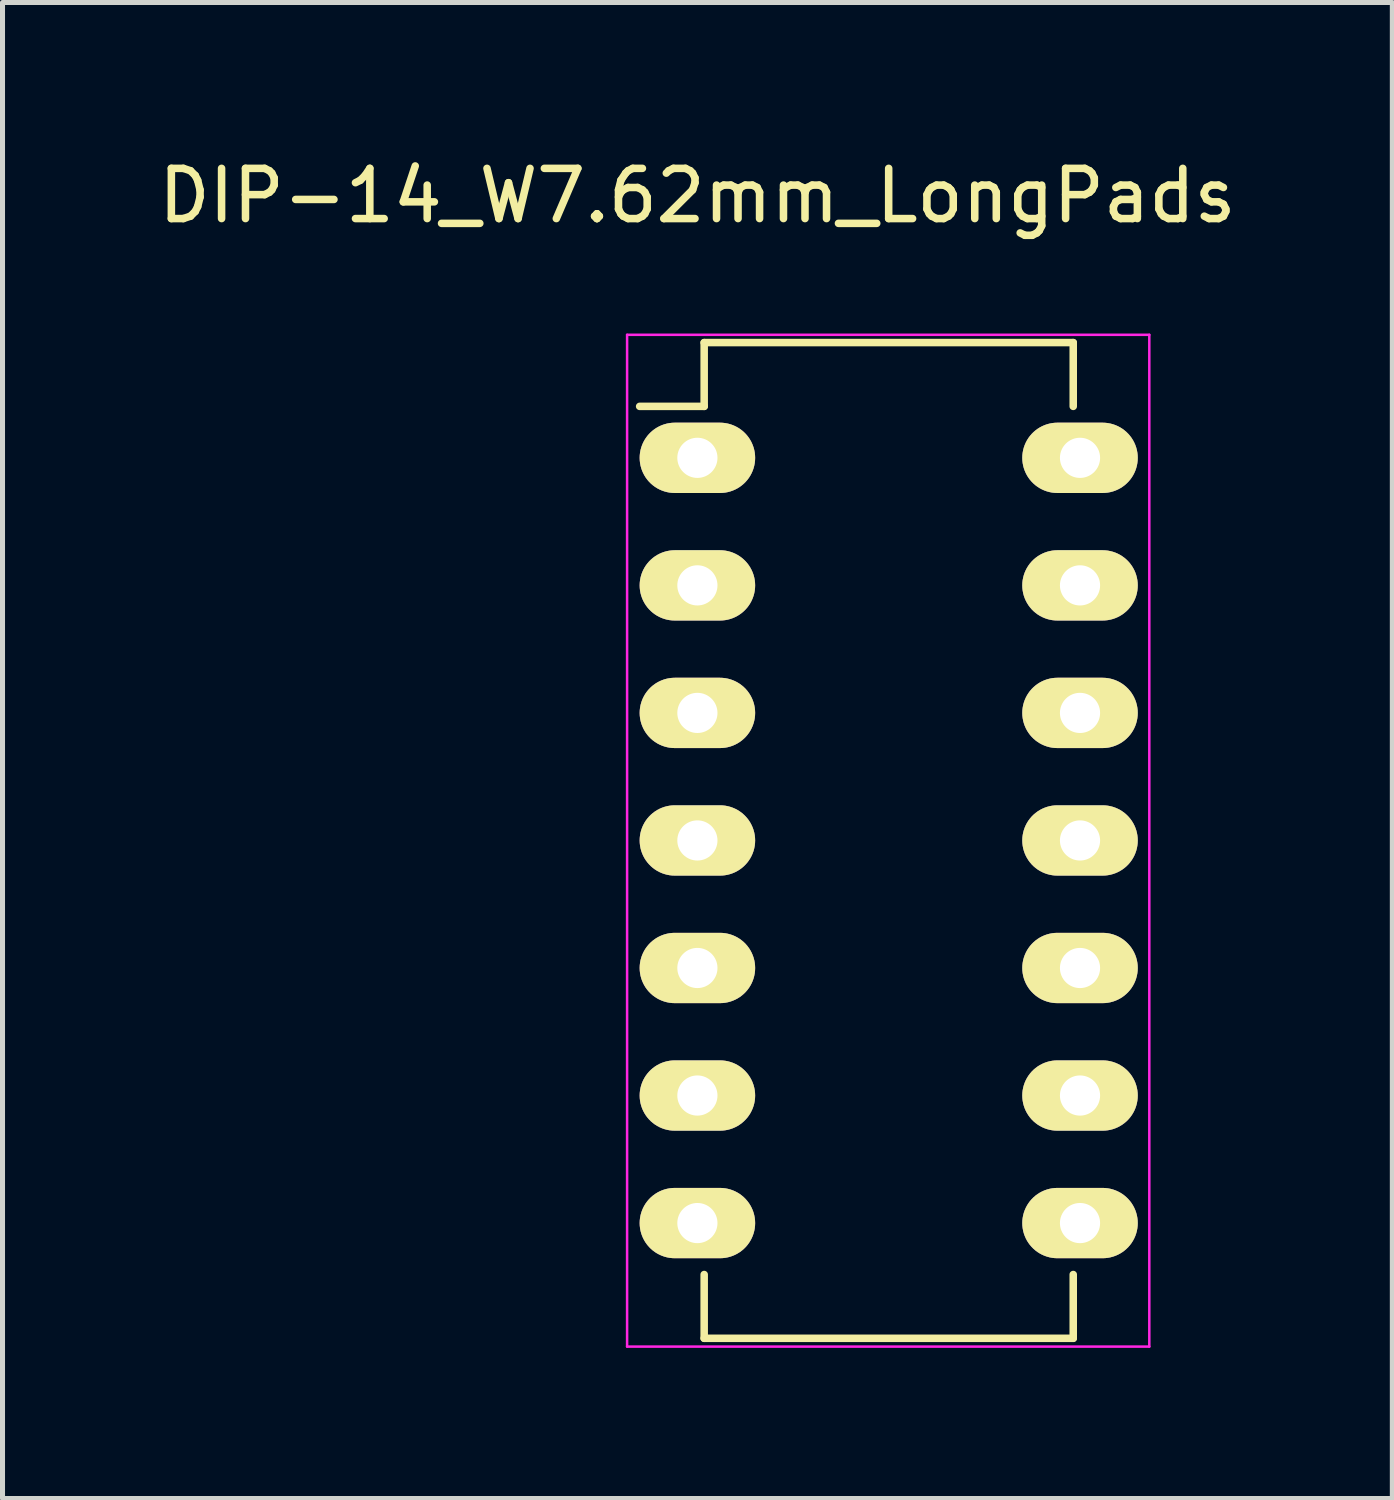
<source format=kicad_pcb>
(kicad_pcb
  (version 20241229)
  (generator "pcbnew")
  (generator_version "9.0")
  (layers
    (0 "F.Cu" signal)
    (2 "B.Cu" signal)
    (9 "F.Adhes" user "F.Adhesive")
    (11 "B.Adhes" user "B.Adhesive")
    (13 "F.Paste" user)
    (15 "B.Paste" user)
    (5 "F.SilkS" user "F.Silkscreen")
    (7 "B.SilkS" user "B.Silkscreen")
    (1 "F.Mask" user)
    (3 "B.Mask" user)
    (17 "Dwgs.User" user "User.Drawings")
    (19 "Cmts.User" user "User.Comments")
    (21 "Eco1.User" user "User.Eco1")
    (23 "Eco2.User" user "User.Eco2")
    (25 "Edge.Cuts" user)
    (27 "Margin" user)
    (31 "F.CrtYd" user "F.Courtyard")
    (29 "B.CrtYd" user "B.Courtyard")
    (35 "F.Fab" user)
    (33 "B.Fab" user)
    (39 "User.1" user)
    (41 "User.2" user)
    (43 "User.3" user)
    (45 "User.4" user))
  (footprint "DIP-14_W7.62mm_LongPads"
    (layer "F.Cu")
    (at 10.839 6.068)
    (property "Reference" "DIP-14_W7.62mm_LongPads" (at 0 -5.22 0) (layer "F.SilkS") (effects (font (size 1 1) (thickness 0.15))))
    (attr through_hole)
    (fp_line (start 0.135 -2.295) (end 0.135 -1.025) (stroke (width 0.15) (type solid)) (layer "F.SilkS"))
    (fp_line (start 0.135 -2.295) (end 7.485 -2.295) (stroke (width 0.15) (type solid)) (layer "F.SilkS"))
    (fp_line (start 0.135 -1.025) (end -1.15 -1.025) (stroke (width 0.15) (type solid)) (layer "F.SilkS"))
    (fp_line (start 0.135 17.535) (end 0.135 16.265) (stroke (width 0.15) (type solid)) (layer "F.SilkS"))
    (fp_line (start 0.135 17.535) (end 7.485 17.535) (stroke (width 0.15) (type solid)) (layer "F.SilkS"))
    (fp_line (start 7.485 -2.295) (end 7.485 -1.025) (stroke (width 0.15) (type solid)) (layer "F.SilkS"))
    (fp_line (start 7.485 17.535) (end 7.485 16.265) (stroke (width 0.15) (type solid)) (layer "F.SilkS"))
    (fp_line (start -1.4 -2.45) (end -1.4 17.7) (stroke (width 0.05) (type solid)) (layer "F.CrtYd"))
    (fp_line (start -1.4 -2.45) (end 9 -2.45) (stroke (width 0.05) (type solid)) (layer "F.CrtYd"))
    (fp_line (start -1.4 17.7) (end 9 17.7) (stroke (width 0.05) (type solid)) (layer "F.CrtYd"))
    (fp_line (start 9 -2.45) (end 9 17.7) (stroke (width 0.05) (type solid)) (layer "F.CrtYd"))
    (pad "1" thru_hole oval (at 0 0) (size 2.3 1.4) (drill 0.8) (layers "*.Cu" "*.Mask" "F.SilkS"))
    (pad "2" thru_hole oval (at 0 2.54) (size 2.3 1.4) (drill 0.8) (layers "*.Cu" "*.Mask" "F.SilkS"))
    (pad "3" thru_hole oval (at 0 5.08) (size 2.3 1.4) (drill 0.8) (layers "*.Cu" "*.Mask" "F.SilkS"))
    (pad "4" thru_hole oval (at 0 7.62) (size 2.3 1.4) (drill 0.8) (layers "*.Cu" "*.Mask" "F.SilkS"))
    (pad "5" thru_hole oval (at 0 10.16) (size 2.3 1.4) (drill 0.8) (layers "*.Cu" "*.Mask" "F.SilkS"))
    (pad "6" thru_hole oval (at 0 12.7) (size 2.3 1.4) (drill 0.8) (layers "*.Cu" "*.Mask" "F.SilkS"))
    (pad "7" thru_hole oval (at 0 15.24) (size 2.3 1.4) (drill 0.8) (layers "*.Cu" "*.Mask" "F.SilkS"))
    (pad "8" thru_hole oval (at 7.62 15.24) (size 2.3 1.4) (drill 0.8) (layers "*.Cu" "*.Mask" "F.SilkS"))
    (pad "9" thru_hole oval (at 7.62 12.7) (size 2.3 1.4) (drill 0.8) (layers "*.Cu" "*.Mask" "F.SilkS"))
    (pad "10" thru_hole oval (at 7.62 10.16) (size 2.3 1.4) (drill 0.8) (layers "*.Cu" "*.Mask" "F.SilkS"))
    (pad "11" thru_hole oval (at 7.62 7.62) (size 2.3 1.4) (drill 0.8) (layers "*.Cu" "*.Mask" "F.SilkS"))
    (pad "12" thru_hole oval (at 7.62 5.08) (size 2.3 1.4) (drill 0.8) (layers "*.Cu" "*.Mask" "F.SilkS"))
    (pad "13" thru_hole oval (at 7.62 2.54) (size 2.3 1.4) (drill 0.8) (layers "*.Cu" "*.Mask" "F.SilkS"))
    (pad "14" thru_hole oval (at 7.62 0) (size 2.3 1.4) (drill 0.8) (layers "*.Cu" "*.Mask" "F.SilkS")))
  (gr_rect
    (start -3 -3)
    (end 24.679 26.793)
    (stroke (width 0.1) (type default))
    (fill no)
    (layer "Edge.Cuts")))
</source>
